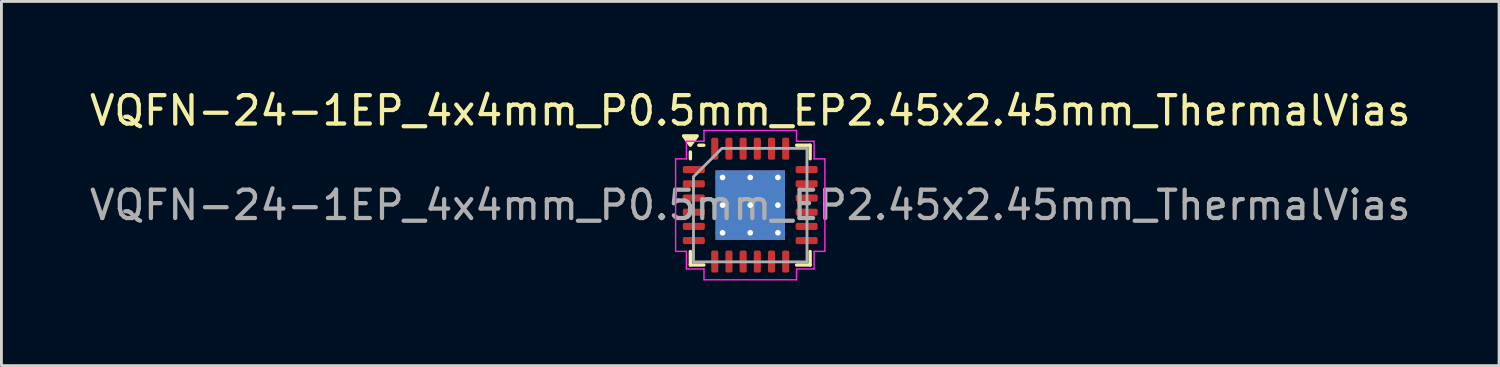
<source format=kicad_pcb>
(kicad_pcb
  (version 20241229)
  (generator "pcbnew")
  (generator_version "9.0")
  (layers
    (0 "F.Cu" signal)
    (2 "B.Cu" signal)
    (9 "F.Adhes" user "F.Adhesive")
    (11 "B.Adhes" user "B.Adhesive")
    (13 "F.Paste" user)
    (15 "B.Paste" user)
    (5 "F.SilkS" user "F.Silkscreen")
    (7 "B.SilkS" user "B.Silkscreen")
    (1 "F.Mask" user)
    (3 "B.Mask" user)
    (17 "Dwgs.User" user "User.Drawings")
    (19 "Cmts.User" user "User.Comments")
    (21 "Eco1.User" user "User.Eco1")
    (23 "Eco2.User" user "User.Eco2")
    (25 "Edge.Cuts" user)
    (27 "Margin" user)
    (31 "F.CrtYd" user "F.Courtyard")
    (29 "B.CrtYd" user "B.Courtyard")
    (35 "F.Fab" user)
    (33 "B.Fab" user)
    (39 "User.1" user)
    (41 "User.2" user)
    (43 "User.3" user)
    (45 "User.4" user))
  (footprint "VQFN-24-1EP_4x4mm_P0.5mm_EP2.45x2.45mm_ThermalVias"
    (layer "F.Cu")
    (at 23.387 4.178)
    (property "Reference" "VQFN-24-1EP_4x4mm_P0.5mm_EP2.45x2.45mm_ThermalVias" (at 0 -3.33 0) (layer "F.SilkS") (effects (font (size 1 1) (thickness 0.15))))
    (attr smd)
    (fp_line (start -2.11 -1.635) (end -2.11 -1.87) (stroke (width 0.12) (type solid)) (layer "F.SilkS"))
    (fp_line (start -2.11 2.11) (end -2.11 1.635) (stroke (width 0.12) (type solid)) (layer "F.SilkS"))
    (fp_line (start -1.635 -2.11) (end -1.81 -2.11) (stroke (width 0.12) (type solid)) (layer "F.SilkS"))
    (fp_line (start -1.635 2.11) (end -2.11 2.11) (stroke (width 0.12) (type solid)) (layer "F.SilkS"))
    (fp_line (start 1.635 -2.11) (end 2.11 -2.11) (stroke (width 0.12) (type solid)) (layer "F.SilkS"))
    (fp_line (start 1.635 2.11) (end 2.11 2.11) (stroke (width 0.12) (type solid)) (layer "F.SilkS"))
    (fp_line (start 2.11 -2.11) (end 2.11 -1.635) (stroke (width 0.12) (type solid)) (layer "F.SilkS"))
    (fp_line (start 2.11 2.11) (end 2.11 1.635) (stroke (width 0.12) (type solid)) (layer "F.SilkS"))
    (fp_poly (pts (xy -2.11 -2.11) (xy -2.35 -2.44) (xy -1.87 -2.44)) (stroke (width 0.12) (type solid)) (fill yes) (layer "F.SilkS"))
    (fp_line (start -2.63 -1.63) (end -2.25 -1.63) (stroke (width 0.05) (type solid)) (layer "F.CrtYd"))
    (fp_line (start -2.63 1.63) (end -2.63 -1.63) (stroke (width 0.05) (type solid)) (layer "F.CrtYd"))
    (fp_line (start -2.25 -2.25) (end -1.63 -2.25) (stroke (width 0.05) (type solid)) (layer "F.CrtYd"))
    (fp_line (start -2.25 -1.63) (end -2.25 -2.25) (stroke (width 0.05) (type solid)) (layer "F.CrtYd"))
    (fp_line (start -2.25 1.63) (end -2.63 1.63) (stroke (width 0.05) (type solid)) (layer "F.CrtYd"))
    (fp_line (start -2.25 2.25) (end -2.25 1.63) (stroke (width 0.05) (type solid)) (layer "F.CrtYd"))
    (fp_line (start -1.63 -2.63) (end 1.63 -2.63) (stroke (width 0.05) (type solid)) (layer "F.CrtYd"))
    (fp_line (start -1.63 -2.25) (end -1.63 -2.63) (stroke (width 0.05) (type solid)) (layer "F.CrtYd"))
    (fp_line (start -1.63 2.25) (end -2.25 2.25) (stroke (width 0.05) (type solid)) (layer "F.CrtYd"))
    (fp_line (start -1.63 2.63) (end -1.63 2.25) (stroke (width 0.05) (type solid)) (layer "F.CrtYd"))
    (fp_line (start 1.63 -2.63) (end 1.63 -2.25) (stroke (width 0.05) (type solid)) (layer "F.CrtYd"))
    (fp_line (start 1.63 -2.25) (end 2.25 -2.25) (stroke (width 0.05) (type solid)) (layer "F.CrtYd"))
    (fp_line (start 1.63 2.25) (end 1.63 2.63) (stroke (width 0.05) (type solid)) (layer "F.CrtYd"))
    (fp_line (start 1.63 2.63) (end -1.63 2.63) (stroke (width 0.05) (type solid)) (layer "F.CrtYd"))
    (fp_line (start 2.25 -2.25) (end 2.25 -1.63) (stroke (width 0.05) (type solid)) (layer "F.CrtYd"))
    (fp_line (start 2.25 -1.63) (end 2.63 -1.63) (stroke (width 0.05) (type solid)) (layer "F.CrtYd"))
    (fp_line (start 2.25 1.63) (end 2.25 2.25) (stroke (width 0.05) (type solid)) (layer "F.CrtYd"))
    (fp_line (start 2.25 2.25) (end 1.63 2.25) (stroke (width 0.05) (type solid)) (layer "F.CrtYd"))
    (fp_line (start 2.63 -1.63) (end 2.63 1.63) (stroke (width 0.05) (type solid)) (layer "F.CrtYd"))
    (fp_line (start 2.63 1.63) (end 2.25 1.63) (stroke (width 0.05) (type solid)) (layer "F.CrtYd"))
    (fp_poly (pts (xy -2 -1) (xy -2 2) (xy 2 2) (xy 2 -2) (xy -1 -2)) (stroke (width 0.1) (type solid)) (fill no) (layer "F.Fab"))
    (fp_text user "${REFERENCE}" (at 0 0 0) (layer "F.Fab") (effects (font (size 1 1) (thickness 0.15))))
    (pad "" smd roundrect (at -0.82 -0.82) (size 0.61 0.61) (layers "F.Paste") (roundrect_rratio 0.25))
    (pad "" smd roundrect (at -0.82 0) (size 0.61 0.61) (layers "F.Paste") (roundrect_rratio 0.25))
    (pad "" smd roundrect (at -0.82 0.82) (size 0.61 0.61) (layers "F.Paste") (roundrect_rratio 0.25))
    (pad "" smd roundrect (at 0 -0.82) (size 0.61 0.61) (layers "F.Paste") (roundrect_rratio 0.25))
    (pad "" smd roundrect (at 0 0) (size 0.61 0.61) (layers "F.Paste") (roundrect_rratio 0.25))
    (pad "" smd roundrect (at 0 0.82) (size 0.61 0.61) (layers "F.Paste") (roundrect_rratio 0.25))
    (pad "" smd roundrect (at 0.82 -0.82) (size 0.61 0.61) (layers "F.Paste") (roundrect_rratio 0.25))
    (pad "" smd roundrect (at 0.82 0) (size 0.61 0.61) (layers "F.Paste") (roundrect_rratio 0.25))
    (pad "" smd roundrect (at 0.82 0.82) (size 0.61 0.61) (layers "F.Paste") (roundrect_rratio 0.25))
    (pad "1" smd roundrect (at -1.988 -1.25) (size 0.775 0.25) (layers "F.Cu" "F.Mask" "F.Paste") (roundrect_rratio 0.25))
    (pad "2" smd roundrect (at -1.988 -0.75) (size 0.775 0.25) (layers "F.Cu" "F.Mask" "F.Paste") (roundrect_rratio 0.25))
    (pad "3" smd roundrect (at -1.988 -0.25) (size 0.775 0.25) (layers "F.Cu" "F.Mask" "F.Paste") (roundrect_rratio 0.25))
    (pad "4" smd roundrect (at -1.988 0.25) (size 0.775 0.25) (layers "F.Cu" "F.Mask" "F.Paste") (roundrect_rratio 0.25))
    (pad "5" smd roundrect (at -1.988 0.75) (size 0.775 0.25) (layers "F.Cu" "F.Mask" "F.Paste") (roundrect_rratio 0.25))
    (pad "6" smd roundrect (at -1.988 1.25) (size 0.775 0.25) (layers "F.Cu" "F.Mask" "F.Paste") (roundrect_rratio 0.25))
    (pad "7" smd roundrect (at -1.25 1.988) (size 0.25 0.775) (layers "F.Cu" "F.Mask" "F.Paste") (roundrect_rratio 0.25))
    (pad "8" smd roundrect (at -0.75 1.988) (size 0.25 0.775) (layers "F.Cu" "F.Mask" "F.Paste") (roundrect_rratio 0.25))
    (pad "9" smd roundrect (at -0.25 1.988) (size 0.25 0.775) (layers "F.Cu" "F.Mask" "F.Paste") (roundrect_rratio 0.25))
    (pad "10" smd roundrect (at 0.25 1.988) (size 0.25 0.775) (layers "F.Cu" "F.Mask" "F.Paste") (roundrect_rratio 0.25))
    (pad "11" smd roundrect (at 0.75 1.988) (size 0.25 0.775) (layers "F.Cu" "F.Mask" "F.Paste") (roundrect_rratio 0.25))
    (pad "12" smd roundrect (at 1.25 1.988) (size 0.25 0.775) (layers "F.Cu" "F.Mask" "F.Paste") (roundrect_rratio 0.25))
    (pad "13" smd roundrect (at 1.988 1.25) (size 0.775 0.25) (layers "F.Cu" "F.Mask" "F.Paste") (roundrect_rratio 0.25))
    (pad "14" smd roundrect (at 1.988 0.75) (size 0.775 0.25) (layers "F.Cu" "F.Mask" "F.Paste") (roundrect_rratio 0.25))
    (pad "15" smd roundrect (at 1.988 0.25) (size 0.775 0.25) (layers "F.Cu" "F.Mask" "F.Paste") (roundrect_rratio 0.25))
    (pad "16" smd roundrect (at 1.988 -0.25) (size 0.775 0.25) (layers "F.Cu" "F.Mask" "F.Paste") (roundrect_rratio 0.25))
    (pad "17" smd roundrect (at 1.988 -0.75) (size 0.775 0.25) (layers "F.Cu" "F.Mask" "F.Paste") (roundrect_rratio 0.25))
    (pad "18" smd roundrect (at 1.988 -1.25) (size 0.775 0.25) (layers "F.Cu" "F.Mask" "F.Paste") (roundrect_rratio 0.25))
    (pad "19" smd roundrect (at 1.25 -1.988) (size 0.25 0.775) (layers "F.Cu" "F.Mask" "F.Paste") (roundrect_rratio 0.25))
    (pad "20" smd roundrect (at 0.75 -1.988) (size 0.25 0.775) (layers "F.Cu" "F.Mask" "F.Paste") (roundrect_rratio 0.25))
    (pad "21" smd roundrect (at 0.25 -1.988) (size 0.25 0.775) (layers "F.Cu" "F.Mask" "F.Paste") (roundrect_rratio 0.25))
    (pad "22" smd roundrect (at -0.25 -1.988) (size 0.25 0.775) (layers "F.Cu" "F.Mask" "F.Paste") (roundrect_rratio 0.25))
    (pad "23" smd roundrect (at -0.75 -1.988) (size 0.25 0.775) (layers "F.Cu" "F.Mask" "F.Paste") (roundrect_rratio 0.25))
    (pad "24" smd roundrect (at -1.25 -1.988) (size 0.25 0.775) (layers "F.Cu" "F.Mask" "F.Paste") (roundrect_rratio 0.25))
    (pad "25" thru_hole circle (at -0.975 -0.975) (size 0.5 0.5) (drill 0.2) (property pad_prop_heatsink) (layers "*.Cu"))
    (pad "25" thru_hole circle (at -0.975 0) (size 0.5 0.5) (drill 0.2) (property pad_prop_heatsink) (layers "*.Cu"))
    (pad "25" thru_hole circle (at -0.975 0.975) (size 0.5 0.5) (drill 0.2) (property pad_prop_heatsink) (layers "*.Cu"))
    (pad "25" thru_hole circle (at 0 -0.975) (size 0.5 0.5) (drill 0.2) (property pad_prop_heatsink) (layers "*.Cu"))
    (pad "25" thru_hole circle (at 0 0) (size 0.5 0.5) (drill 0.2) (property pad_prop_heatsink) (layers "*.Cu"))
    (pad "25" smd rect (at 0 0) (size 2.45 2.45) (property pad_prop_heatsink) (layers "F.Cu" "F.Mask"))
    (pad "25" smd rect (at 0 0) (size 2.45 2.45) (property pad_prop_heatsink) (layers "B.Cu"))
    (pad "25" thru_hole circle (at 0 0.975) (size 0.5 0.5) (drill 0.2) (property pad_prop_heatsink) (layers "*.Cu"))
    (pad "25" thru_hole circle (at 0.975 -0.975) (size 0.5 0.5) (drill 0.2) (property pad_prop_heatsink) (layers "*.Cu"))
    (pad "25" thru_hole circle (at 0.975 0) (size 0.5 0.5) (drill 0.2) (property pad_prop_heatsink) (layers "*.Cu"))
    (pad "25" thru_hole circle (at 0.975 0.975) (size 0.5 0.5) (drill 0.2) (property pad_prop_heatsink) (layers "*.Cu")))
  (gr_rect
    (start -3 -3)
    (end 49.774 9.833)
    (stroke (width 0.1) (type default))
    (fill no)
    (layer "Edge.Cuts")))
</source>
